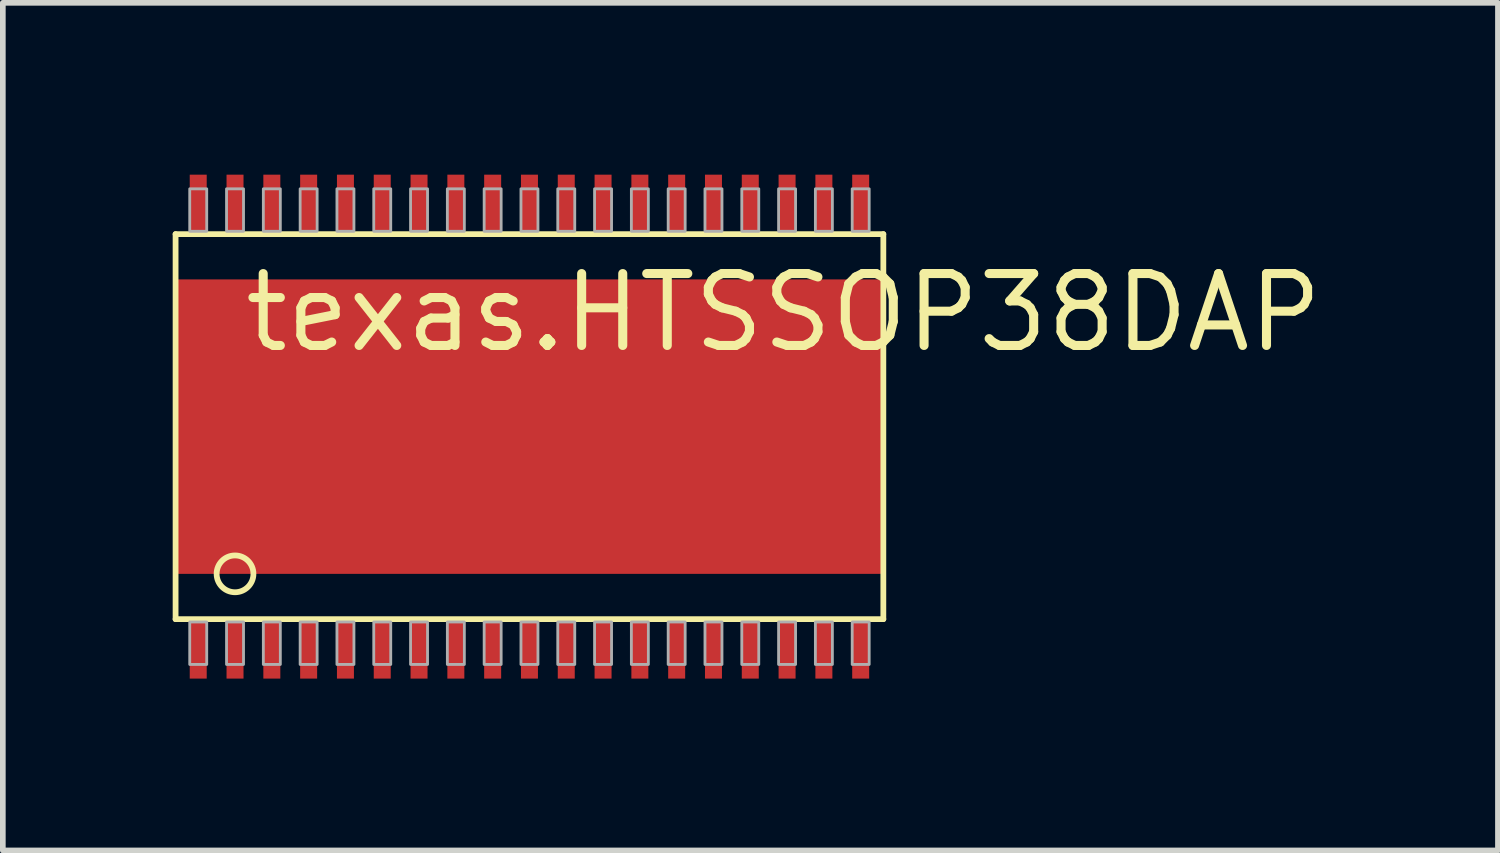
<source format=kicad_pcb>
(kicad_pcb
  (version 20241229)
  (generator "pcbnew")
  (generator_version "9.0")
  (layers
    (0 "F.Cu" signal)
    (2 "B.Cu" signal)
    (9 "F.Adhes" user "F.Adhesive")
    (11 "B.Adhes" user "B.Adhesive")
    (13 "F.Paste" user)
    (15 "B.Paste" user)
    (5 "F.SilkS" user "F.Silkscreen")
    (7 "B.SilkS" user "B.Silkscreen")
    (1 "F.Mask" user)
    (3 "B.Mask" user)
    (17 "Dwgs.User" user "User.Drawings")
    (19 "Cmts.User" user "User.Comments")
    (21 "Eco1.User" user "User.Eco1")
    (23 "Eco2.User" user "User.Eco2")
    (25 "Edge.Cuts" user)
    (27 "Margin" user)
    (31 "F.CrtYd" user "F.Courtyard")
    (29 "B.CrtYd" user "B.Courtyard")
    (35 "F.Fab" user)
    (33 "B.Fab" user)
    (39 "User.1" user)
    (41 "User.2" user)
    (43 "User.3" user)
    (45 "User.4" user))
  (footprint "texas.HTSSOP38DAP"
    (layer "F.Cu")
    (at 6.301 4.485)
    (property "Reference" "texas.HTSSOP38DAP" (at -5.11 -1.27 0) (layer "F.SilkS") (effects (font (size 1.27 1.27) (thickness 0.16)) (justify left bottom)))
    (attr smd)
    (fp_rect (start -6.25 2.6) (end 6.25 -2.6) (stroke (width 0.05) (type default)) (fill yes) (layer "F.Mask"))
    (fp_rect (start -6.01 -3.44) (end -5.69 -4.46) (stroke (width 0.05) (type default)) (fill yes) (layer "F.Mask"))
    (fp_rect (start -6.01 4.46) (end -5.69 3.44) (stroke (width 0.05) (type default)) (fill yes) (layer "F.Mask"))
    (fp_rect (start -5.995 -3.455) (end -5.705 -4.445) (stroke (width 0.05) (type default)) (fill yes) (layer "F.Mask"))
    (fp_rect (start -5.995 4.445) (end -5.705 3.455) (stroke (width 0.05) (type default)) (fill yes) (layer "F.Mask"))
    (fp_rect (start -5.36 -3.44) (end -5.04 -4.46) (stroke (width 0.05) (type default)) (fill yes) (layer "F.Mask"))
    (fp_rect (start -5.36 4.46) (end -5.04 3.44) (stroke (width 0.05) (type default)) (fill yes) (layer "F.Mask"))
    (fp_rect (start -5.345 -3.455) (end -5.055 -4.445) (stroke (width 0.05) (type default)) (fill yes) (layer "F.Mask"))
    (fp_rect (start -5.345 4.445) (end -5.055 3.455) (stroke (width 0.05) (type default)) (fill yes) (layer "F.Mask"))
    (fp_rect (start -4.71 -3.44) (end -4.39 -4.46) (stroke (width 0.05) (type default)) (fill yes) (layer "F.Mask"))
    (fp_rect (start -4.71 4.46) (end -4.39 3.44) (stroke (width 0.05) (type default)) (fill yes) (layer "F.Mask"))
    (fp_rect (start -4.695 -3.455) (end -4.405 -4.445) (stroke (width 0.05) (type default)) (fill yes) (layer "F.Mask"))
    (fp_rect (start -4.695 4.445) (end -4.405 3.455) (stroke (width 0.05) (type default)) (fill yes) (layer "F.Mask"))
    (fp_rect (start -4.06 -3.44) (end -3.74 -4.46) (stroke (width 0.05) (type default)) (fill yes) (layer "F.Mask"))
    (fp_rect (start -4.06 4.46) (end -3.74 3.44) (stroke (width 0.05) (type default)) (fill yes) (layer "F.Mask"))
    (fp_rect (start -4.045 -3.455) (end -3.755 -4.445) (stroke (width 0.05) (type default)) (fill yes) (layer "F.Mask"))
    (fp_rect (start -4.045 4.445) (end -3.755 3.455) (stroke (width 0.05) (type default)) (fill yes) (layer "F.Mask"))
    (fp_rect (start -3.41 -3.44) (end -3.09 -4.46) (stroke (width 0.05) (type default)) (fill yes) (layer "F.Mask"))
    (fp_rect (start -3.41 4.46) (end -3.09 3.44) (stroke (width 0.05) (type default)) (fill yes) (layer "F.Mask"))
    (fp_rect (start -3.395 -3.455) (end -3.105 -4.445) (stroke (width 0.05) (type default)) (fill yes) (layer "F.Mask"))
    (fp_rect (start -3.395 4.445) (end -3.105 3.455) (stroke (width 0.05) (type default)) (fill yes) (layer "F.Mask"))
    (fp_rect (start -2.76 -3.44) (end -2.44 -4.46) (stroke (width 0.05) (type default)) (fill yes) (layer "F.Mask"))
    (fp_rect (start -2.76 4.46) (end -2.44 3.44) (stroke (width 0.05) (type default)) (fill yes) (layer "F.Mask"))
    (fp_rect (start -2.745 -3.455) (end -2.455 -4.445) (stroke (width 0.05) (type default)) (fill yes) (layer "F.Mask"))
    (fp_rect (start -2.745 4.445) (end -2.455 3.455) (stroke (width 0.05) (type default)) (fill yes) (layer "F.Mask"))
    (fp_rect (start -2.11 -3.44) (end -1.79 -4.46) (stroke (width 0.05) (type default)) (fill yes) (layer "F.Mask"))
    (fp_rect (start -2.11 4.46) (end -1.79 3.44) (stroke (width 0.05) (type default)) (fill yes) (layer "F.Mask"))
    (fp_rect (start -2.095 -3.455) (end -1.805 -4.445) (stroke (width 0.05) (type default)) (fill yes) (layer "F.Mask"))
    (fp_rect (start -2.095 4.445) (end -1.805 3.455) (stroke (width 0.05) (type default)) (fill yes) (layer "F.Mask"))
    (fp_rect (start -1.46 -3.44) (end -1.14 -4.46) (stroke (width 0.05) (type default)) (fill yes) (layer "F.Mask"))
    (fp_rect (start -1.46 4.46) (end -1.14 3.44) (stroke (width 0.05) (type default)) (fill yes) (layer "F.Mask"))
    (fp_rect (start -1.445 -3.455) (end -1.155 -4.445) (stroke (width 0.05) (type default)) (fill yes) (layer "F.Mask"))
    (fp_rect (start -1.445 4.445) (end -1.155 3.455) (stroke (width 0.05) (type default)) (fill yes) (layer "F.Mask"))
    (fp_rect (start -0.81 -3.44) (end -0.49 -4.46) (stroke (width 0.05) (type default)) (fill yes) (layer "F.Mask"))
    (fp_rect (start -0.81 4.46) (end -0.49 3.44) (stroke (width 0.05) (type default)) (fill yes) (layer "F.Mask"))
    (fp_rect (start -0.795 -3.455) (end -0.505 -4.445) (stroke (width 0.05) (type default)) (fill yes) (layer "F.Mask"))
    (fp_rect (start -0.795 4.445) (end -0.505 3.455) (stroke (width 0.05) (type default)) (fill yes) (layer "F.Mask"))
    (fp_rect (start -0.16 -3.44) (end 0.16 -4.46) (stroke (width 0.05) (type default)) (fill yes) (layer "F.Mask"))
    (fp_rect (start -0.16 4.46) (end 0.16 3.44) (stroke (width 0.05) (type default)) (fill yes) (layer "F.Mask"))
    (fp_rect (start -0.145 -3.455) (end 0.145 -4.445) (stroke (width 0.05) (type default)) (fill yes) (layer "F.Mask"))
    (fp_rect (start -0.145 4.445) (end 0.145 3.455) (stroke (width 0.05) (type default)) (fill yes) (layer "F.Mask"))
    (fp_rect (start 0.49 -3.44) (end 0.81 -4.46) (stroke (width 0.05) (type default)) (fill yes) (layer "F.Mask"))
    (fp_rect (start 0.49 4.46) (end 0.81 3.44) (stroke (width 0.05) (type default)) (fill yes) (layer "F.Mask"))
    (fp_rect (start 0.505 -3.455) (end 0.795 -4.445) (stroke (width 0.05) (type default)) (fill yes) (layer "F.Mask"))
    (fp_rect (start 0.505 4.445) (end 0.795 3.455) (stroke (width 0.05) (type default)) (fill yes) (layer "F.Mask"))
    (fp_rect (start 1.14 -3.44) (end 1.46 -4.46) (stroke (width 0.05) (type default)) (fill yes) (layer "F.Mask"))
    (fp_rect (start 1.14 4.46) (end 1.46 3.44) (stroke (width 0.05) (type default)) (fill yes) (layer "F.Mask"))
    (fp_rect (start 1.155 -3.455) (end 1.445 -4.445) (stroke (width 0.05) (type default)) (fill yes) (layer "F.Mask"))
    (fp_rect (start 1.155 4.445) (end 1.445 3.455) (stroke (width 0.05) (type default)) (fill yes) (layer "F.Mask"))
    (fp_rect (start 1.79 -3.44) (end 2.11 -4.46) (stroke (width 0.05) (type default)) (fill yes) (layer "F.Mask"))
    (fp_rect (start 1.79 4.46) (end 2.11 3.44) (stroke (width 0.05) (type default)) (fill yes) (layer "F.Mask"))
    (fp_rect (start 1.805 -3.455) (end 2.095 -4.445) (stroke (width 0.05) (type default)) (fill yes) (layer "F.Mask"))
    (fp_rect (start 1.805 4.445) (end 2.095 3.455) (stroke (width 0.05) (type default)) (fill yes) (layer "F.Mask"))
    (fp_rect (start 2.44 -3.44) (end 2.76 -4.46) (stroke (width 0.05) (type default)) (fill yes) (layer "F.Mask"))
    (fp_rect (start 2.44 4.46) (end 2.76 3.44) (stroke (width 0.05) (type default)) (fill yes) (layer "F.Mask"))
    (fp_rect (start 2.455 -3.455) (end 2.745 -4.445) (stroke (width 0.05) (type default)) (fill yes) (layer "F.Mask"))
    (fp_rect (start 2.455 4.445) (end 2.745 3.455) (stroke (width 0.05) (type default)) (fill yes) (layer "F.Mask"))
    (fp_rect (start 3.09 -3.44) (end 3.41 -4.46) (stroke (width 0.05) (type default)) (fill yes) (layer "F.Mask"))
    (fp_rect (start 3.09 4.46) (end 3.41 3.44) (stroke (width 0.05) (type default)) (fill yes) (layer "F.Mask"))
    (fp_rect (start 3.105 -3.455) (end 3.395 -4.445) (stroke (width 0.05) (type default)) (fill yes) (layer "F.Mask"))
    (fp_rect (start 3.105 4.445) (end 3.395 3.455) (stroke (width 0.05) (type default)) (fill yes) (layer "F.Mask"))
    (fp_rect (start 3.74 -3.44) (end 4.06 -4.46) (stroke (width 0.05) (type default)) (fill yes) (layer "F.Mask"))
    (fp_rect (start 3.74 4.46) (end 4.06 3.44) (stroke (width 0.05) (type default)) (fill yes) (layer "F.Mask"))
    (fp_rect (start 3.755 -3.455) (end 4.045 -4.445) (stroke (width 0.05) (type default)) (fill yes) (layer "F.Mask"))
    (fp_rect (start 3.755 4.445) (end 4.045 3.455) (stroke (width 0.05) (type default)) (fill yes) (layer "F.Mask"))
    (fp_rect (start 4.39 -3.44) (end 4.71 -4.46) (stroke (width 0.05) (type default)) (fill yes) (layer "F.Mask"))
    (fp_rect (start 4.39 4.46) (end 4.71 3.44) (stroke (width 0.05) (type default)) (fill yes) (layer "F.Mask"))
    (fp_rect (start 4.405 -3.455) (end 4.695 -4.445) (stroke (width 0.05) (type default)) (fill yes) (layer "F.Mask"))
    (fp_rect (start 4.405 4.445) (end 4.695 3.455) (stroke (width 0.05) (type default)) (fill yes) (layer "F.Mask"))
    (fp_rect (start 5.04 -3.44) (end 5.36 -4.46) (stroke (width 0.05) (type default)) (fill yes) (layer "F.Mask"))
    (fp_rect (start 5.04 4.46) (end 5.36 3.44) (stroke (width 0.05) (type default)) (fill yes) (layer "F.Mask"))
    (fp_rect (start 5.055 -3.455) (end 5.345 -4.445) (stroke (width 0.05) (type default)) (fill yes) (layer "F.Mask"))
    (fp_rect (start 5.055 4.445) (end 5.345 3.455) (stroke (width 0.05) (type default)) (fill yes) (layer "F.Mask"))
    (fp_rect (start 5.69 -3.44) (end 6.01 -4.46) (stroke (width 0.05) (type default)) (fill yes) (layer "F.Mask"))
    (fp_rect (start 5.69 4.46) (end 6.01 3.44) (stroke (width 0.05) (type default)) (fill yes) (layer "F.Mask"))
    (fp_rect (start 5.705 -3.455) (end 5.995 -4.445) (stroke (width 0.05) (type default)) (fill yes) (layer "F.Mask"))
    (fp_rect (start 5.705 4.445) (end 5.995 3.455) (stroke (width 0.05) (type default)) (fill yes) (layer "F.Mask"))
    (fp_line (start -6.25 -3.4) (end 6.25 -3.4) (stroke (width 0.102) (type default)) (layer "F.SilkS"))
    (fp_line (start -6.25 3.4) (end -6.25 -3.4) (stroke (width 0.102) (type default)) (layer "F.SilkS"))
    (fp_line (start 6.25 -3.4) (end 6.25 3.4) (stroke (width 0.102) (type default)) (layer "F.SilkS"))
    (fp_line (start 6.25 3.4) (end -6.25 3.4) (stroke (width 0.102) (type default)) (layer "F.SilkS"))
    (fp_circle (center -5.2 2.6) (end -4.875 2.6) (stroke (width 0.102) (type default)) (fill no) (layer "F.SilkS"))
    (fp_rect (start -6 -3.45) (end -5.7 -4.2) (stroke (width 0.05) (type default)) (fill no) (layer "F.Fab"))
    (fp_rect (start -6 4.2) (end -5.7 3.45) (stroke (width 0.05) (type default)) (fill no) (layer "F.Fab"))
    (fp_rect (start -5.35 -3.45) (end -5.05 -4.2) (stroke (width 0.05) (type default)) (fill no) (layer "F.Fab"))
    (fp_rect (start -5.35 4.2) (end -5.05 3.45) (stroke (width 0.05) (type default)) (fill no) (layer "F.Fab"))
    (fp_rect (start -4.7 -3.45) (end -4.4 -4.2) (stroke (width 0.05) (type default)) (fill no) (layer "F.Fab"))
    (fp_rect (start -4.7 4.2) (end -4.4 3.45) (stroke (width 0.05) (type default)) (fill no) (layer "F.Fab"))
    (fp_rect (start -4.05 -3.45) (end -3.75 -4.2) (stroke (width 0.05) (type default)) (fill no) (layer "F.Fab"))
    (fp_rect (start -4.05 4.2) (end -3.75 3.45) (stroke (width 0.05) (type default)) (fill no) (layer "F.Fab"))
    (fp_rect (start -3.4 -3.45) (end -3.1 -4.2) (stroke (width 0.05) (type default)) (fill no) (layer "F.Fab"))
    (fp_rect (start -3.4 4.2) (end -3.1 3.45) (stroke (width 0.05) (type default)) (fill no) (layer "F.Fab"))
    (fp_rect (start -2.75 -3.45) (end -2.45 -4.2) (stroke (width 0.05) (type default)) (fill no) (layer "F.Fab"))
    (fp_rect (start -2.75 4.2) (end -2.45 3.45) (stroke (width 0.05) (type default)) (fill no) (layer "F.Fab"))
    (fp_rect (start -2.1 -3.45) (end -1.8 -4.2) (stroke (width 0.05) (type default)) (fill no) (layer "F.Fab"))
    (fp_rect (start -2.1 4.2) (end -1.8 3.45) (stroke (width 0.05) (type default)) (fill no) (layer "F.Fab"))
    (fp_rect (start -1.45 -3.45) (end -1.15 -4.2) (stroke (width 0.05) (type default)) (fill no) (layer "F.Fab"))
    (fp_rect (start -1.45 4.2) (end -1.15 3.45) (stroke (width 0.05) (type default)) (fill no) (layer "F.Fab"))
    (fp_rect (start -0.8 -3.45) (end -0.5 -4.2) (stroke (width 0.05) (type default)) (fill no) (layer "F.Fab"))
    (fp_rect (start -0.8 4.2) (end -0.5 3.45) (stroke (width 0.05) (type default)) (fill no) (layer "F.Fab"))
    (fp_rect (start -0.15 -3.45) (end 0.15 -4.2) (stroke (width 0.05) (type default)) (fill no) (layer "F.Fab"))
    (fp_rect (start -0.15 4.2) (end 0.15 3.45) (stroke (width 0.05) (type default)) (fill no) (layer "F.Fab"))
    (fp_rect (start 0.5 -3.45) (end 0.8 -4.2) (stroke (width 0.05) (type default)) (fill no) (layer "F.Fab"))
    (fp_rect (start 0.5 4.2) (end 0.8 3.45) (stroke (width 0.05) (type default)) (fill no) (layer "F.Fab"))
    (fp_rect (start 1.15 -3.45) (end 1.45 -4.2) (stroke (width 0.05) (type default)) (fill no) (layer "F.Fab"))
    (fp_rect (start 1.15 4.2) (end 1.45 3.45) (stroke (width 0.05) (type default)) (fill no) (layer "F.Fab"))
    (fp_rect (start 1.8 -3.45) (end 2.1 -4.2) (stroke (width 0.05) (type default)) (fill no) (layer "F.Fab"))
    (fp_rect (start 1.8 4.2) (end 2.1 3.45) (stroke (width 0.05) (type default)) (fill no) (layer "F.Fab"))
    (fp_rect (start 2.45 -3.45) (end 2.75 -4.2) (stroke (width 0.05) (type default)) (fill no) (layer "F.Fab"))
    (fp_rect (start 2.45 4.2) (end 2.75 3.45) (stroke (width 0.05) (type default)) (fill no) (layer "F.Fab"))
    (fp_rect (start 3.1 -3.45) (end 3.4 -4.2) (stroke (width 0.05) (type default)) (fill no) (layer "F.Fab"))
    (fp_rect (start 3.1 4.2) (end 3.4 3.45) (stroke (width 0.05) (type default)) (fill no) (layer "F.Fab"))
    (fp_rect (start 3.75 -3.45) (end 4.05 -4.2) (stroke (width 0.05) (type default)) (fill no) (layer "F.Fab"))
    (fp_rect (start 3.75 4.2) (end 4.05 3.45) (stroke (width 0.05) (type default)) (fill no) (layer "F.Fab"))
    (fp_rect (start 4.4 -3.45) (end 4.7 -4.2) (stroke (width 0.05) (type default)) (fill no) (layer "F.Fab"))
    (fp_rect (start 4.4 4.2) (end 4.7 3.45) (stroke (width 0.05) (type default)) (fill no) (layer "F.Fab"))
    (fp_rect (start 5.05 -3.45) (end 5.35 -4.2) (stroke (width 0.05) (type default)) (fill no) (layer "F.Fab"))
    (fp_rect (start 5.05 4.2) (end 5.35 3.45) (stroke (width 0.05) (type default)) (fill no) (layer "F.Fab"))
    (fp_rect (start 5.7 -3.45) (end 6 -4.2) (stroke (width 0.05) (type default)) (fill no) (layer "F.Fab"))
    (fp_rect (start 5.7 4.2) (end 6 3.45) (stroke (width 0.05) (type default)) (fill no) (layer "F.Fab"))
    (pad "1" smd roundrect (at -5.85 3.95) (size 0.3 1) (layers "F.Cu" "F.Mask" "F.Paste") (roundrect_rratio 0.01))
    (pad "2" smd roundrect (at -5.2 3.95) (size 0.3 1) (layers "F.Cu" "F.Mask" "F.Paste") (roundrect_rratio 0.01))
    (pad "3" smd roundrect (at -4.55 3.95) (size 0.3 1) (layers "F.Cu" "F.Mask" "F.Paste") (roundrect_rratio 0.01))
    (pad "4" smd roundrect (at -3.9 3.95) (size 0.3 1) (layers "F.Cu" "F.Mask" "F.Paste") (roundrect_rratio 0.01))
    (pad "5" smd roundrect (at -3.25 3.95) (size 0.3 1) (layers "F.Cu" "F.Mask" "F.Paste") (roundrect_rratio 0.01))
    (pad "6" smd roundrect (at -2.6 3.95) (size 0.3 1) (layers "F.Cu" "F.Mask" "F.Paste") (roundrect_rratio 0.01))
    (pad "7" smd roundrect (at -1.95 3.95) (size 0.3 1) (layers "F.Cu" "F.Mask" "F.Paste") (roundrect_rratio 0.01))
    (pad "8" smd roundrect (at -1.3 3.95) (size 0.3 1) (layers "F.Cu" "F.Mask" "F.Paste") (roundrect_rratio 0.01))
    (pad "9" smd roundrect (at -0.65 3.95) (size 0.3 1) (layers "F.Cu" "F.Mask" "F.Paste") (roundrect_rratio 0.01))
    (pad "10" smd roundrect (at 0 3.95) (size 0.3 1) (layers "F.Cu" "F.Mask" "F.Paste") (roundrect_rratio 0.01))
    (pad "11" smd roundrect (at 0.65 3.95) (size 0.3 1) (layers "F.Cu" "F.Mask" "F.Paste") (roundrect_rratio 0.01))
    (pad "12" smd roundrect (at 1.3 3.95) (size 0.3 1) (layers "F.Cu" "F.Mask" "F.Paste") (roundrect_rratio 0.01))
    (pad "13" smd roundrect (at 1.95 3.95) (size 0.3 1) (layers "F.Cu" "F.Mask" "F.Paste") (roundrect_rratio 0.01))
    (pad "14" smd roundrect (at 2.6 3.95) (size 0.3 1) (layers "F.Cu" "F.Mask" "F.Paste") (roundrect_rratio 0.01))
    (pad "15" smd roundrect (at 3.25 3.95) (size 0.3 1) (layers "F.Cu" "F.Mask" "F.Paste") (roundrect_rratio 0.01))
    (pad "16" smd roundrect (at 3.9 3.95) (size 0.3 1) (layers "F.Cu" "F.Mask" "F.Paste") (roundrect_rratio 0.01))
    (pad "17" smd roundrect (at 4.55 3.95) (size 0.3 1) (layers "F.Cu" "F.Mask" "F.Paste") (roundrect_rratio 0.01))
    (pad "18" smd roundrect (at 5.2 3.95) (size 0.3 1) (layers "F.Cu" "F.Mask" "F.Paste") (roundrect_rratio 0.01))
    (pad "19" smd roundrect (at 5.85 3.95) (size 0.3 1) (layers "F.Cu" "F.Mask" "F.Paste") (roundrect_rratio 0.01))
    (pad "20" smd roundrect (at 5.85 -3.95 180) (size 0.3 1) (layers "F.Cu" "F.Mask" "F.Paste") (roundrect_rratio 0.01))
    (pad "21" smd roundrect (at 5.2 -3.95 180) (size 0.3 1) (layers "F.Cu" "F.Mask" "F.Paste") (roundrect_rratio 0.01))
    (pad "22" smd roundrect (at 4.55 -3.95 180) (size 0.3 1) (layers "F.Cu" "F.Mask" "F.Paste") (roundrect_rratio 0.01))
    (pad "23" smd roundrect (at 3.9 -3.95 180) (size 0.3 1) (layers "F.Cu" "F.Mask" "F.Paste") (roundrect_rratio 0.01))
    (pad "24" smd roundrect (at 3.25 -3.95 180) (size 0.3 1) (layers "F.Cu" "F.Mask" "F.Paste") (roundrect_rratio 0.01))
    (pad "25" smd roundrect (at 2.6 -3.95 180) (size 0.3 1) (layers "F.Cu" "F.Mask" "F.Paste") (roundrect_rratio 0.01))
    (pad "26" smd roundrect (at 1.95 -3.95 180) (size 0.3 1) (layers "F.Cu" "F.Mask" "F.Paste") (roundrect_rratio 0.01))
    (pad "27" smd roundrect (at 1.3 -3.95 180) (size 0.3 1) (layers "F.Cu" "F.Mask" "F.Paste") (roundrect_rratio 0.01))
    (pad "28" smd roundrect (at 0.65 -3.95 180) (size 0.3 1) (layers "F.Cu" "F.Mask" "F.Paste") (roundrect_rratio 0.01))
    (pad "29" smd roundrect (at 0 -3.95 180) (size 0.3 1) (layers "F.Cu" "F.Mask" "F.Paste") (roundrect_rratio 0.01))
    (pad "30" smd roundrect (at -0.65 -3.95 180) (size 0.3 1) (layers "F.Cu" "F.Mask" "F.Paste") (roundrect_rratio 0.01))
    (pad "31" smd roundrect (at -1.3 -3.95 180) (size 0.3 1) (layers "F.Cu" "F.Mask" "F.Paste") (roundrect_rratio 0.01))
    (pad "32" smd roundrect (at -1.95 -3.95 180) (size 0.3 1) (layers "F.Cu" "F.Mask" "F.Paste") (roundrect_rratio 0.01))
    (pad "33" smd roundrect (at -2.6 -3.95 180) (size 0.3 1) (layers "F.Cu" "F.Mask" "F.Paste") (roundrect_rratio 0.01))
    (pad "34" smd roundrect (at -3.25 -3.95 180) (size 0.3 1) (layers "F.Cu" "F.Mask" "F.Paste") (roundrect_rratio 0.01))
    (pad "35" smd roundrect (at -3.9 -3.95 180) (size 0.3 1) (layers "F.Cu" "F.Mask" "F.Paste") (roundrect_rratio 0.01))
    (pad "36" smd roundrect (at -4.55 -3.95 180) (size 0.3 1) (layers "F.Cu" "F.Mask" "F.Paste") (roundrect_rratio 0.01))
    (pad "37" smd roundrect (at -5.2 -3.95 180) (size 0.3 1) (layers "F.Cu" "F.Mask" "F.Paste") (roundrect_rratio 0.01))
    (pad "38" smd roundrect (at -5.85 -3.95 180) (size 0.3 1) (layers "F.Cu" "F.Mask" "F.Paste") (roundrect_rratio 0.01))
    (pad "EXP" smd roundrect (at 0 0) (size 12.5 5.2) (layers "F.Cu" "F.Mask" "F.Paste") (roundrect_rratio 0.01)))
  (gr_rect
    (start -3 -3)
    (end 23.406 11.97)
    (stroke (width 0.1) (type default))
    (fill no)
    (layer "Edge.Cuts")))
</source>
